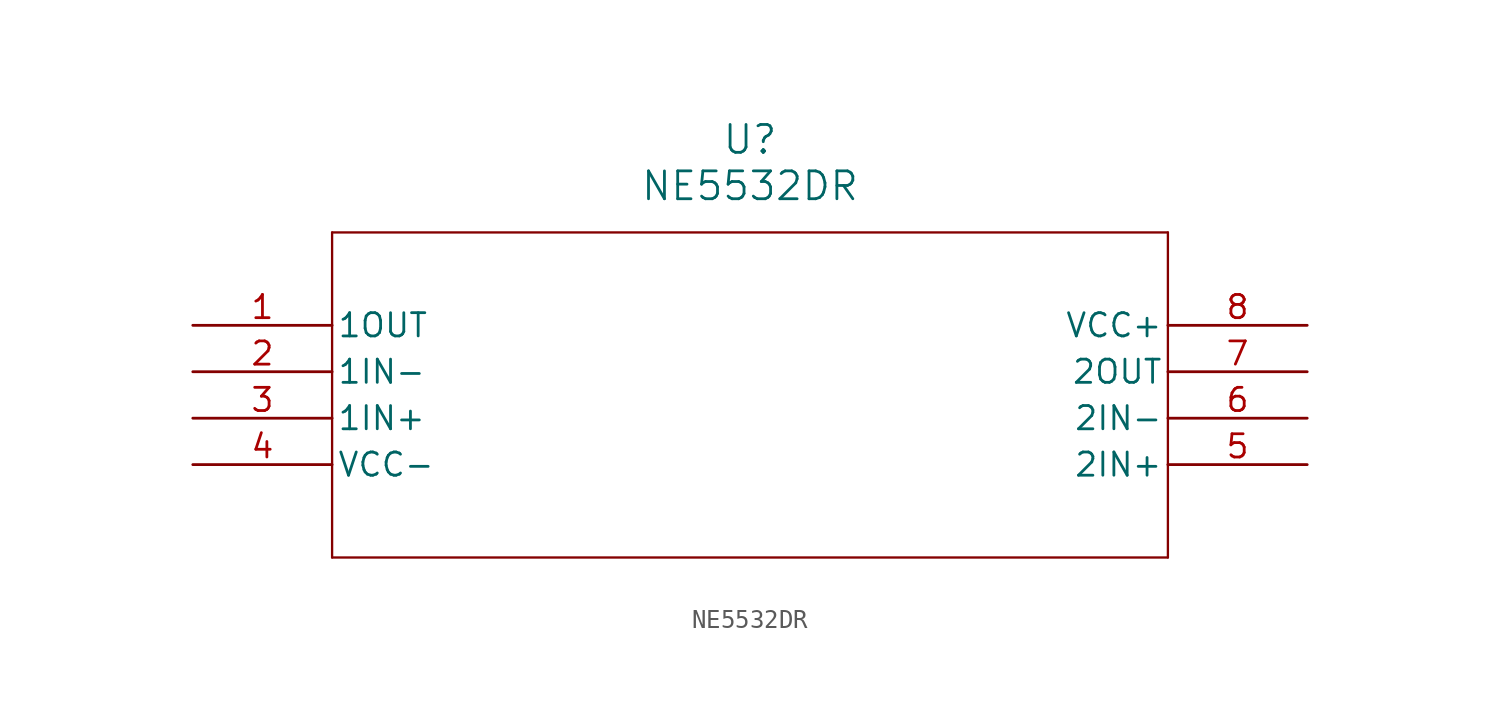
<source format=kicad_sym>
(kicad_symbol_lib
  (version 20211014)
  (generator kicad_symbol_editor)
  (symbol "NE5532DR"
    (pin_names
      (offset 0.254))
    (property "Reference" "U"
      (at 30.48 10.16 0)
      (effects (font (size 1.524 1.524))))
    (property "Value" "NE5532DR"
      (at 30.48 7.62 0)
      (effects (font (size 1.524 1.524))))
    (symbol "NE5532DR_0_1"
      (polyline (pts (xy 7.62 5.08) (xy 7.62 -12.7)) (stroke (width 0.127) (type default) (color 0 0 0 0)) (fill (type none)))
      (polyline (pts (xy 7.62 -12.7) (xy 53.34 -12.7)) (stroke (width 0.127) (type default) (color 0 0 0 0)) (fill (type none)))
      (polyline (pts (xy 53.34 -12.7) (xy 53.34 5.08)) (stroke (width 0.127) (type default) (color 0 0 0 0)) (fill (type none)))
      (polyline (pts (xy 53.34 5.08) (xy 7.62 5.08)) (stroke (width 0.127) (type default) (color 0 0 0 0)) (fill (type none)))
      (pin output line (at 0 0 0) (length 7.62) (name "1OUT" (effects (font (size 1.27 1.27)))) (number "1" (effects (font (size 1.27 1.27)))))
      (pin input line (at 0 -2.54 0) (length 7.62) (name "1IN-" (effects (font (size 1.27 1.27)))) (number "2" (effects (font (size 1.27 1.27)))))
      (pin input line (at 0 -5.08 0) (length 7.62) (name "1IN+" (effects (font (size 1.27 1.27)))) (number "3" (effects (font (size 1.27 1.27)))))
      (pin power_in line (at 0 -7.62 0) (length 7.62) (name "VCC-" (effects (font (size 1.27 1.27)))) (number "4" (effects (font (size 1.27 1.27)))))
      (pin input line (at 60.96 -7.62 180) (length 7.62) (name "2IN+" (effects (font (size 1.27 1.27)))) (number "5" (effects (font (size 1.27 1.27)))))
      (pin input line (at 60.96 -5.08 180) (length 7.62) (name "2IN-" (effects (font (size 1.27 1.27)))) (number "6" (effects (font (size 1.27 1.27)))))
      (pin output line (at 60.96 -2.54 180) (length 7.62) (name "2OUT" (effects (font (size 1.27 1.27)))) (number "7" (effects (font (size 1.27 1.27)))))
      (pin power_in line (at 60.96 0 180) (length 7.62) (name "VCC+" (effects (font (size 1.27 1.27)))) (number "8" (effects (font (size 1.27 1.27))))))))
</source>
